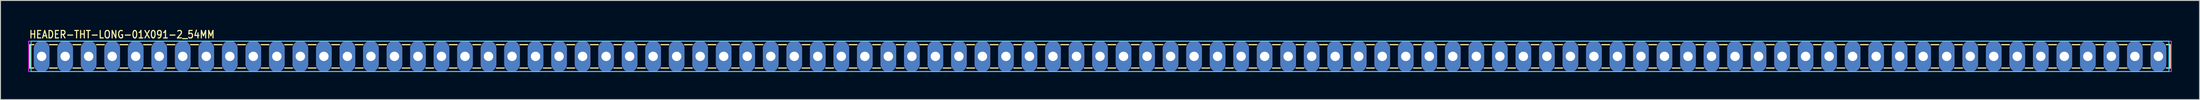
<source format=kicad_pcb>
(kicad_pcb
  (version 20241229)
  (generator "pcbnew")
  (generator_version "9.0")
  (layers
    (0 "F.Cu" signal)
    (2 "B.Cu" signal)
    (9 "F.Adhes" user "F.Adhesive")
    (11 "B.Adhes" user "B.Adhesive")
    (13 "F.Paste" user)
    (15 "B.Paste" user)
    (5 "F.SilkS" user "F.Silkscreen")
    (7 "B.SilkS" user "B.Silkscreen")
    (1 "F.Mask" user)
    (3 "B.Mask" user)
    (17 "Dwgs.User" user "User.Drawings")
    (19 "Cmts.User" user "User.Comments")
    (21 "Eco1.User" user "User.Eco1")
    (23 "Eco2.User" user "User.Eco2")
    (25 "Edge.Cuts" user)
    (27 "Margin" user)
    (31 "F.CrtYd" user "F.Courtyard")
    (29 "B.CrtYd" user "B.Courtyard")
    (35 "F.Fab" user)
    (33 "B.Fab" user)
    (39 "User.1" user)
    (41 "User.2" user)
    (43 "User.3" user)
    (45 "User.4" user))
  (footprint "HEADER-THT-LONG-01X091-2_54MM"
    (layer "F.Cu")
    (at 1.447 3.079)
    (property "Reference" "HEADER-THT-LONG-01X091-2_54MM" (at -1.4 -1.9 0) (unlocked yes) (layer "F.SilkS") (effects (font (size 0.813 0.695) (thickness 0.122)) (justify left bottom)))
    (fp_line (start -1.27 -1.27) (end -1.27 1.27) (stroke (width 0.127) (type solid)) (layer "F.SilkS"))
    (fp_line (start -1.27 1.27) (end -0.85 1.27) (stroke (width 0.127) (type solid)) (layer "F.SilkS"))
    (fp_line (start -0.85 -1.27) (end -1.27 -1.27) (stroke (width 0.127) (type solid)) (layer "F.SilkS"))
    (fp_line (start 0.85 -1.27) (end 1.69 -1.27) (stroke (width 0.127) (type solid)) (layer "F.SilkS"))
    (fp_line (start 0.85 1.27) (end 1.69 1.27) (stroke (width 0.127) (type solid)) (layer "F.SilkS"))
    (fp_line (start 3.39 -1.27) (end 4.23 -1.27) (stroke (width 0.127) (type solid)) (layer "F.SilkS"))
    (fp_line (start 3.39 1.27) (end 4.23 1.27) (stroke (width 0.127) (type solid)) (layer "F.SilkS"))
    (fp_line (start 5.93 -1.27) (end 6.77 -1.27) (stroke (width 0.127) (type solid)) (layer "F.SilkS"))
    (fp_line (start 5.93 1.27) (end 6.77 1.27) (stroke (width 0.127) (type solid)) (layer "F.SilkS"))
    (fp_line (start 8.47 -1.27) (end 9.31 -1.27) (stroke (width 0.127) (type solid)) (layer "F.SilkS"))
    (fp_line (start 8.47 1.27) (end 9.31 1.27) (stroke (width 0.127) (type solid)) (layer "F.SilkS"))
    (fp_line (start 11.01 -1.27) (end 11.85 -1.27) (stroke (width 0.127) (type solid)) (layer "F.SilkS"))
    (fp_line (start 11.01 1.27) (end 11.85 1.27) (stroke (width 0.127) (type solid)) (layer "F.SilkS"))
    (fp_line (start 13.55 -1.27) (end 14.39 -1.27) (stroke (width 0.127) (type solid)) (layer "F.SilkS"))
    (fp_line (start 13.55 1.27) (end 14.39 1.27) (stroke (width 0.127) (type solid)) (layer "F.SilkS"))
    (fp_line (start 16.09 -1.27) (end 16.93 -1.27) (stroke (width 0.127) (type solid)) (layer "F.SilkS"))
    (fp_line (start 16.09 1.27) (end 16.93 1.27) (stroke (width 0.127) (type solid)) (layer "F.SilkS"))
    (fp_line (start 18.63 -1.27) (end 19.47 -1.27) (stroke (width 0.127) (type solid)) (layer "F.SilkS"))
    (fp_line (start 18.63 1.27) (end 19.47 1.27) (stroke (width 0.127) (type solid)) (layer "F.SilkS"))
    (fp_line (start 21.17 -1.27) (end 22.01 -1.27) (stroke (width 0.127) (type solid)) (layer "F.SilkS"))
    (fp_line (start 21.17 1.27) (end 22.01 1.27) (stroke (width 0.127) (type solid)) (layer "F.SilkS"))
    (fp_line (start 23.71 -1.27) (end 24.55 -1.27) (stroke (width 0.127) (type solid)) (layer "F.SilkS"))
    (fp_line (start 23.71 1.27) (end 24.55 1.27) (stroke (width 0.127) (type solid)) (layer "F.SilkS"))
    (fp_line (start 26.25 -1.27) (end 27.09 -1.27) (stroke (width 0.127) (type solid)) (layer "F.SilkS"))
    (fp_line (start 26.25 1.27) (end 27.09 1.27) (stroke (width 0.127) (type solid)) (layer "F.SilkS"))
    (fp_line (start 28.79 -1.27) (end 29.63 -1.27) (stroke (width 0.127) (type solid)) (layer "F.SilkS"))
    (fp_line (start 28.79 1.27) (end 29.63 1.27) (stroke (width 0.127) (type solid)) (layer "F.SilkS"))
    (fp_line (start 31.33 -1.27) (end 32.17 -1.27) (stroke (width 0.127) (type solid)) (layer "F.SilkS"))
    (fp_line (start 31.33 1.27) (end 32.17 1.27) (stroke (width 0.127) (type solid)) (layer "F.SilkS"))
    (fp_line (start 33.87 -1.27) (end 34.71 -1.27) (stroke (width 0.127) (type solid)) (layer "F.SilkS"))
    (fp_line (start 33.87 1.27) (end 34.71 1.27) (stroke (width 0.127) (type solid)) (layer "F.SilkS"))
    (fp_line (start 36.41 -1.27) (end 37.25 -1.27) (stroke (width 0.127) (type solid)) (layer "F.SilkS"))
    (fp_line (start 36.41 1.27) (end 37.25 1.27) (stroke (width 0.127) (type solid)) (layer "F.SilkS"))
    (fp_line (start 38.95 -1.27) (end 39.79 -1.27) (stroke (width 0.127) (type solid)) (layer "F.SilkS"))
    (fp_line (start 38.95 1.27) (end 39.79 1.27) (stroke (width 0.127) (type solid)) (layer "F.SilkS"))
    (fp_line (start 41.49 -1.27) (end 42.33 -1.27) (stroke (width 0.127) (type solid)) (layer "F.SilkS"))
    (fp_line (start 41.49 1.27) (end 42.33 1.27) (stroke (width 0.127) (type solid)) (layer "F.SilkS"))
    (fp_line (start 44.03 -1.27) (end 44.87 -1.27) (stroke (width 0.127) (type solid)) (layer "F.SilkS"))
    (fp_line (start 44.03 1.27) (end 44.87 1.27) (stroke (width 0.127) (type solid)) (layer "F.SilkS"))
    (fp_line (start 46.57 -1.27) (end 47.41 -1.27) (stroke (width 0.127) (type solid)) (layer "F.SilkS"))
    (fp_line (start 46.57 1.27) (end 47.41 1.27) (stroke (width 0.127) (type solid)) (layer "F.SilkS"))
    (fp_line (start 49.11 -1.27) (end 49.95 -1.27) (stroke (width 0.127) (type solid)) (layer "F.SilkS"))
    (fp_line (start 49.11 1.27) (end 49.95 1.27) (stroke (width 0.127) (type solid)) (layer "F.SilkS"))
    (fp_line (start 51.65 -1.27) (end 52.49 -1.27) (stroke (width 0.127) (type solid)) (layer "F.SilkS"))
    (fp_line (start 51.65 1.27) (end 52.49 1.27) (stroke (width 0.127) (type solid)) (layer "F.SilkS"))
    (fp_line (start 54.19 -1.27) (end 55.03 -1.27) (stroke (width 0.127) (type solid)) (layer "F.SilkS"))
    (fp_line (start 54.19 1.27) (end 55.03 1.27) (stroke (width 0.127) (type solid)) (layer "F.SilkS"))
    (fp_line (start 56.73 -1.27) (end 57.57 -1.27) (stroke (width 0.127) (type solid)) (layer "F.SilkS"))
    (fp_line (start 56.73 1.27) (end 57.57 1.27) (stroke (width 0.127) (type solid)) (layer "F.SilkS"))
    (fp_line (start 59.27 -1.27) (end 60.11 -1.27) (stroke (width 0.127) (type solid)) (layer "F.SilkS"))
    (fp_line (start 59.27 1.27) (end 60.11 1.27) (stroke (width 0.127) (type solid)) (layer "F.SilkS"))
    (fp_line (start 61.81 -1.27) (end 62.65 -1.27) (stroke (width 0.127) (type solid)) (layer "F.SilkS"))
    (fp_line (start 61.81 1.27) (end 62.65 1.27) (stroke (width 0.127) (type solid)) (layer "F.SilkS"))
    (fp_line (start 64.35 -1.27) (end 65.19 -1.27) (stroke (width 0.127) (type solid)) (layer "F.SilkS"))
    (fp_line (start 64.35 1.27) (end 65.19 1.27) (stroke (width 0.127) (type solid)) (layer "F.SilkS"))
    (fp_line (start 66.89 -1.27) (end 67.73 -1.27) (stroke (width 0.127) (type solid)) (layer "F.SilkS"))
    (fp_line (start 66.89 1.27) (end 67.73 1.27) (stroke (width 0.127) (type solid)) (layer "F.SilkS"))
    (fp_line (start 69.43 -1.27) (end 70.27 -1.27) (stroke (width 0.127) (type solid)) (layer "F.SilkS"))
    (fp_line (start 69.43 1.27) (end 70.27 1.27) (stroke (width 0.127) (type solid)) (layer "F.SilkS"))
    (fp_line (start 71.97 -1.27) (end 72.81 -1.27) (stroke (width 0.127) (type solid)) (layer "F.SilkS"))
    (fp_line (start 71.97 1.27) (end 72.81 1.27) (stroke (width 0.127) (type solid)) (layer "F.SilkS"))
    (fp_line (start 74.51 -1.27) (end 75.35 -1.27) (stroke (width 0.127) (type solid)) (layer "F.SilkS"))
    (fp_line (start 74.51 1.27) (end 75.35 1.27) (stroke (width 0.127) (type solid)) (layer "F.SilkS"))
    (fp_line (start 77.05 -1.27) (end 77.89 -1.27) (stroke (width 0.127) (type solid)) (layer "F.SilkS"))
    (fp_line (start 77.05 1.27) (end 77.89 1.27) (stroke (width 0.127) (type solid)) (layer "F.SilkS"))
    (fp_line (start 79.59 -1.27) (end 80.43 -1.27) (stroke (width 0.127) (type solid)) (layer "F.SilkS"))
    (fp_line (start 79.59 1.27) (end 80.43 1.27) (stroke (width 0.127) (type solid)) (layer "F.SilkS"))
    (fp_line (start 82.13 -1.27) (end 82.97 -1.27) (stroke (width 0.127) (type solid)) (layer "F.SilkS"))
    (fp_line (start 82.13 1.27) (end 82.97 1.27) (stroke (width 0.127) (type solid)) (layer "F.SilkS"))
    (fp_line (start 84.67 -1.27) (end 85.51 -1.27) (stroke (width 0.127) (type solid)) (layer "F.SilkS"))
    (fp_line (start 84.67 1.27) (end 85.51 1.27) (stroke (width 0.127) (type solid)) (layer "F.SilkS"))
    (fp_line (start 87.21 -1.27) (end 88.05 -1.27) (stroke (width 0.127) (type solid)) (layer "F.SilkS"))
    (fp_line (start 87.21 1.27) (end 88.05 1.27) (stroke (width 0.127) (type solid)) (layer "F.SilkS"))
    (fp_line (start 89.75 -1.27) (end 90.59 -1.27) (stroke (width 0.127) (type solid)) (layer "F.SilkS"))
    (fp_line (start 89.75 1.27) (end 90.59 1.27) (stroke (width 0.127) (type solid)) (layer "F.SilkS"))
    (fp_line (start 92.29 -1.27) (end 93.13 -1.27) (stroke (width 0.127) (type solid)) (layer "F.SilkS"))
    (fp_line (start 92.29 1.27) (end 93.13 1.27) (stroke (width 0.127) (type solid)) (layer "F.SilkS"))
    (fp_line (start 94.83 -1.27) (end 95.67 -1.27) (stroke (width 0.127) (type solid)) (layer "F.SilkS"))
    (fp_line (start 94.83 1.27) (end 95.67 1.27) (stroke (width 0.127) (type solid)) (layer "F.SilkS"))
    (fp_line (start 97.37 -1.27) (end 98.21 -1.27) (stroke (width 0.127) (type solid)) (layer "F.SilkS"))
    (fp_line (start 97.37 1.27) (end 98.21 1.27) (stroke (width 0.127) (type solid)) (layer "F.SilkS"))
    (fp_line (start 99.91 -1.27) (end 100.75 -1.27) (stroke (width 0.127) (type solid)) (layer "F.SilkS"))
    (fp_line (start 99.91 1.27) (end 100.75 1.27) (stroke (width 0.127) (type solid)) (layer "F.SilkS"))
    (fp_line (start 102.45 -1.27) (end 103.29 -1.27) (stroke (width 0.127) (type solid)) (layer "F.SilkS"))
    (fp_line (start 102.45 1.27) (end 103.29 1.27) (stroke (width 0.127) (type solid)) (layer "F.SilkS"))
    (fp_line (start 104.99 -1.27) (end 105.83 -1.27) (stroke (width 0.127) (type solid)) (layer "F.SilkS"))
    (fp_line (start 104.99 1.27) (end 105.83 1.27) (stroke (width 0.127) (type solid)) (layer "F.SilkS"))
    (fp_line (start 107.53 -1.27) (end 108.37 -1.27) (stroke (width 0.127) (type solid)) (layer "F.SilkS"))
    (fp_line (start 107.53 1.27) (end 108.37 1.27) (stroke (width 0.127) (type solid)) (layer "F.SilkS"))
    (fp_line (start 110.07 -1.27) (end 110.91 -1.27) (stroke (width 0.127) (type solid)) (layer "F.SilkS"))
    (fp_line (start 110.07 1.27) (end 110.91 1.27) (stroke (width 0.127) (type solid)) (layer "F.SilkS"))
    (fp_line (start 112.61 -1.27) (end 113.45 -1.27) (stroke (width 0.127) (type solid)) (layer "F.SilkS"))
    (fp_line (start 112.61 1.27) (end 113.45 1.27) (stroke (width 0.127) (type solid)) (layer "F.SilkS"))
    (fp_line (start 115.15 -1.27) (end 115.99 -1.27) (stroke (width 0.127) (type solid)) (layer "F.SilkS"))
    (fp_line (start 115.15 1.27) (end 115.99 1.27) (stroke (width 0.127) (type solid)) (layer "F.SilkS"))
    (fp_line (start 117.69 -1.27) (end 118.53 -1.27) (stroke (width 0.127) (type solid)) (layer "F.SilkS"))
    (fp_line (start 117.69 1.27) (end 118.53 1.27) (stroke (width 0.127) (type solid)) (layer "F.SilkS"))
    (fp_line (start 120.23 -1.27) (end 121.07 -1.27) (stroke (width 0.127) (type solid)) (layer "F.SilkS"))
    (fp_line (start 120.23 1.27) (end 121.07 1.27) (stroke (width 0.127) (type solid)) (layer "F.SilkS"))
    (fp_line (start 122.77 -1.27) (end 123.61 -1.27) (stroke (width 0.127) (type solid)) (layer "F.SilkS"))
    (fp_line (start 122.77 1.27) (end 123.61 1.27) (stroke (width 0.127) (type solid)) (layer "F.SilkS"))
    (fp_line (start 125.31 -1.27) (end 126.15 -1.27) (stroke (width 0.127) (type solid)) (layer "F.SilkS"))
    (fp_line (start 125.31 1.27) (end 126.15 1.27) (stroke (width 0.127) (type solid)) (layer "F.SilkS"))
    (fp_line (start 127.85 -1.27) (end 128.69 -1.27) (stroke (width 0.127) (type solid)) (layer "F.SilkS"))
    (fp_line (start 127.85 1.27) (end 128.69 1.27) (stroke (width 0.127) (type solid)) (layer "F.SilkS"))
    (fp_line (start 130.39 -1.27) (end 131.23 -1.27) (stroke (width 0.127) (type solid)) (layer "F.SilkS"))
    (fp_line (start 130.39 1.27) (end 131.23 1.27) (stroke (width 0.127) (type solid)) (layer "F.SilkS"))
    (fp_line (start 132.93 -1.27) (end 133.77 -1.27) (stroke (width 0.127) (type solid)) (layer "F.SilkS"))
    (fp_line (start 132.93 1.27) (end 133.77 1.27) (stroke (width 0.127) (type solid)) (layer "F.SilkS"))
    (fp_line (start 135.47 -1.27) (end 136.31 -1.27) (stroke (width 0.127) (type solid)) (layer "F.SilkS"))
    (fp_line (start 135.47 1.27) (end 136.31 1.27) (stroke (width 0.127) (type solid)) (layer "F.SilkS"))
    (fp_line (start 138.01 -1.27) (end 138.85 -1.27) (stroke (width 0.127) (type solid)) (layer "F.SilkS"))
    (fp_line (start 138.01 1.27) (end 138.85 1.27) (stroke (width 0.127) (type solid)) (layer "F.SilkS"))
    (fp_line (start 140.55 -1.27) (end 141.39 -1.27) (stroke (width 0.127) (type solid)) (layer "F.SilkS"))
    (fp_line (start 140.55 1.27) (end 141.39 1.27) (stroke (width 0.127) (type solid)) (layer "F.SilkS"))
    (fp_line (start 143.09 -1.27) (end 143.93 -1.27) (stroke (width 0.127) (type solid)) (layer "F.SilkS"))
    (fp_line (start 143.09 1.27) (end 143.93 1.27) (stroke (width 0.127) (type solid)) (layer "F.SilkS"))
    (fp_line (start 145.63 -1.27) (end 146.47 -1.27) (stroke (width 0.127) (type solid)) (layer "F.SilkS"))
    (fp_line (start 145.63 1.27) (end 146.47 1.27) (stroke (width 0.127) (type solid)) (layer "F.SilkS"))
    (fp_line (start 148.17 -1.27) (end 149.01 -1.27) (stroke (width 0.127) (type solid)) (layer "F.SilkS"))
    (fp_line (start 148.17 1.27) (end 149.01 1.27) (stroke (width 0.127) (type solid)) (layer "F.SilkS"))
    (fp_line (start 150.71 -1.27) (end 151.55 -1.27) (stroke (width 0.127) (type solid)) (layer "F.SilkS"))
    (fp_line (start 150.71 1.27) (end 151.55 1.27) (stroke (width 0.127) (type solid)) (layer "F.SilkS"))
    (fp_line (start 153.25 -1.27) (end 154.09 -1.27) (stroke (width 0.127) (type solid)) (layer "F.SilkS"))
    (fp_line (start 153.25 1.27) (end 154.09 1.27) (stroke (width 0.127) (type solid)) (layer "F.SilkS"))
    (fp_line (start 155.79 -1.27) (end 156.63 -1.27) (stroke (width 0.127) (type solid)) (layer "F.SilkS"))
    (fp_line (start 155.79 1.27) (end 156.63 1.27) (stroke (width 0.127) (type solid)) (layer "F.SilkS"))
    (fp_line (start 158.33 -1.27) (end 159.17 -1.27) (stroke (width 0.127) (type solid)) (layer "F.SilkS"))
    (fp_line (start 158.33 1.27) (end 159.17 1.27) (stroke (width 0.127) (type solid)) (layer "F.SilkS"))
    (fp_line (start 160.87 -1.27) (end 161.71 -1.27) (stroke (width 0.127) (type solid)) (layer "F.SilkS"))
    (fp_line (start 160.87 1.27) (end 161.71 1.27) (stroke (width 0.127) (type solid)) (layer "F.SilkS"))
    (fp_line (start 163.41 -1.27) (end 164.25 -1.27) (stroke (width 0.127) (type solid)) (layer "F.SilkS"))
    (fp_line (start 163.41 1.27) (end 164.25 1.27) (stroke (width 0.127) (type solid)) (layer "F.SilkS"))
    (fp_line (start 165.95 -1.27) (end 166.79 -1.27) (stroke (width 0.127) (type solid)) (layer "F.SilkS"))
    (fp_line (start 165.95 1.27) (end 166.79 1.27) (stroke (width 0.127) (type solid)) (layer "F.SilkS"))
    (fp_line (start 168.49 -1.27) (end 169.33 -1.27) (stroke (width 0.127) (type solid)) (layer "F.SilkS"))
    (fp_line (start 168.49 1.27) (end 169.33 1.27) (stroke (width 0.127) (type solid)) (layer "F.SilkS"))
    (fp_line (start 171.03 -1.27) (end 171.87 -1.27) (stroke (width 0.127) (type solid)) (layer "F.SilkS"))
    (fp_line (start 171.03 1.27) (end 171.87 1.27) (stroke (width 0.127) (type solid)) (layer "F.SilkS"))
    (fp_line (start 173.57 -1.27) (end 174.41 -1.27) (stroke (width 0.127) (type solid)) (layer "F.SilkS"))
    (fp_line (start 173.57 1.27) (end 174.41 1.27) (stroke (width 0.127) (type solid)) (layer "F.SilkS"))
    (fp_line (start 176.11 -1.27) (end 176.95 -1.27) (stroke (width 0.127) (type solid)) (layer "F.SilkS"))
    (fp_line (start 176.11 1.27) (end 176.95 1.27) (stroke (width 0.127) (type solid)) (layer "F.SilkS"))
    (fp_line (start 178.65 -1.27) (end 179.49 -1.27) (stroke (width 0.127) (type solid)) (layer "F.SilkS"))
    (fp_line (start 178.65 1.27) (end 179.49 1.27) (stroke (width 0.127) (type solid)) (layer "F.SilkS"))
    (fp_line (start 181.19 -1.27) (end 182.03 -1.27) (stroke (width 0.127) (type solid)) (layer "F.SilkS"))
    (fp_line (start 181.19 1.27) (end 182.03 1.27) (stroke (width 0.127) (type solid)) (layer "F.SilkS"))
    (fp_line (start 183.73 -1.27) (end 184.57 -1.27) (stroke (width 0.127) (type solid)) (layer "F.SilkS"))
    (fp_line (start 183.73 1.27) (end 184.57 1.27) (stroke (width 0.127) (type solid)) (layer "F.SilkS"))
    (fp_line (start 186.27 -1.27) (end 187.11 -1.27) (stroke (width 0.127) (type solid)) (layer "F.SilkS"))
    (fp_line (start 186.27 1.27) (end 187.11 1.27) (stroke (width 0.127) (type solid)) (layer "F.SilkS"))
    (fp_line (start 188.81 -1.27) (end 189.65 -1.27) (stroke (width 0.127) (type solid)) (layer "F.SilkS"))
    (fp_line (start 188.81 1.27) (end 189.65 1.27) (stroke (width 0.127) (type solid)) (layer "F.SilkS"))
    (fp_line (start 191.35 -1.27) (end 192.19 -1.27) (stroke (width 0.127) (type solid)) (layer "F.SilkS"))
    (fp_line (start 191.35 1.27) (end 192.19 1.27) (stroke (width 0.127) (type solid)) (layer "F.SilkS"))
    (fp_line (start 193.89 -1.27) (end 194.73 -1.27) (stroke (width 0.127) (type solid)) (layer "F.SilkS"))
    (fp_line (start 193.89 1.27) (end 194.73 1.27) (stroke (width 0.127) (type solid)) (layer "F.SilkS"))
    (fp_line (start 196.43 -1.27) (end 197.27 -1.27) (stroke (width 0.127) (type solid)) (layer "F.SilkS"))
    (fp_line (start 196.43 1.27) (end 197.27 1.27) (stroke (width 0.127) (type solid)) (layer "F.SilkS"))
    (fp_line (start 198.97 -1.27) (end 199.81 -1.27) (stroke (width 0.127) (type solid)) (layer "F.SilkS"))
    (fp_line (start 198.97 1.27) (end 199.81 1.27) (stroke (width 0.127) (type solid)) (layer "F.SilkS"))
    (fp_line (start 201.51 -1.27) (end 202.35 -1.27) (stroke (width 0.127) (type solid)) (layer "F.SilkS"))
    (fp_line (start 201.51 1.27) (end 202.35 1.27) (stroke (width 0.127) (type solid)) (layer "F.SilkS"))
    (fp_line (start 204.05 -1.27) (end 204.89 -1.27) (stroke (width 0.127) (type solid)) (layer "F.SilkS"))
    (fp_line (start 204.05 1.27) (end 204.89 1.27) (stroke (width 0.127) (type solid)) (layer "F.SilkS"))
    (fp_line (start 206.59 -1.27) (end 207.43 -1.27) (stroke (width 0.127) (type solid)) (layer "F.SilkS"))
    (fp_line (start 206.59 1.27) (end 207.43 1.27) (stroke (width 0.127) (type solid)) (layer "F.SilkS"))
    (fp_line (start 209.13 -1.27) (end 209.97 -1.27) (stroke (width 0.127) (type solid)) (layer "F.SilkS"))
    (fp_line (start 209.13 1.27) (end 209.97 1.27) (stroke (width 0.127) (type solid)) (layer "F.SilkS"))
    (fp_line (start 211.67 -1.27) (end 212.51 -1.27) (stroke (width 0.127) (type solid)) (layer "F.SilkS"))
    (fp_line (start 211.67 1.27) (end 212.51 1.27) (stroke (width 0.127) (type solid)) (layer "F.SilkS"))
    (fp_line (start 214.21 -1.27) (end 215.05 -1.27) (stroke (width 0.127) (type solid)) (layer "F.SilkS"))
    (fp_line (start 214.21 1.27) (end 215.05 1.27) (stroke (width 0.127) (type solid)) (layer "F.SilkS"))
    (fp_line (start 216.75 -1.27) (end 217.59 -1.27) (stroke (width 0.127) (type solid)) (layer "F.SilkS"))
    (fp_line (start 216.75 1.27) (end 217.59 1.27) (stroke (width 0.127) (type solid)) (layer "F.SilkS"))
    (fp_line (start 219.29 -1.27) (end 220.13 -1.27) (stroke (width 0.127) (type solid)) (layer "F.SilkS"))
    (fp_line (start 219.29 1.27) (end 220.13 1.27) (stroke (width 0.127) (type solid)) (layer "F.SilkS"))
    (fp_line (start 221.83 -1.27) (end 222.67 -1.27) (stroke (width 0.127) (type solid)) (layer "F.SilkS"))
    (fp_line (start 221.83 1.27) (end 222.67 1.27) (stroke (width 0.127) (type solid)) (layer "F.SilkS"))
    (fp_line (start 224.37 -1.27) (end 225.21 -1.27) (stroke (width 0.127) (type solid)) (layer "F.SilkS"))
    (fp_line (start 224.37 1.27) (end 225.21 1.27) (stroke (width 0.127) (type solid)) (layer "F.SilkS"))
    (fp_line (start 226.91 -1.27) (end 227.75 -1.27) (stroke (width 0.127) (type solid)) (layer "F.SilkS"))
    (fp_line (start 226.91 1.27) (end 227.75 1.27) (stroke (width 0.127) (type solid)) (layer "F.SilkS"))
    (fp_line (start 229.45 -1.27) (end 229.87 -1.27) (stroke (width 0.127) (type solid)) (layer "F.SilkS"))
    (fp_line (start 229.87 -1.27) (end 229.87 1.27) (stroke (width 0.127) (type solid)) (layer "F.SilkS"))
    (fp_line (start 229.87 1.27) (end 229.45 1.27) (stroke (width 0.127) (type solid)) (layer "F.SilkS"))
    (fp_poly (pts (xy -1.143 -1.651) (xy 229.743 -1.651) (xy 229.743 1.651) (xy -1.143 1.651)) (stroke (width 0.1) (type solid)) (fill no) (layer "B.CrtYd"))
    (fp_poly (pts (xy -1.397 -1.651) (xy 229.997 -1.651) (xy 229.997 1.651) (xy -1.397 1.651)) (stroke (width 0.1) (type solid)) (fill no) (layer "F.CrtYd"))
    (pad "1" thru_hole oval (at 0 0 90) (size 3.387 1.693) (drill 1.016) (layers "*.Cu" "*.Mask"))
    (pad "2" thru_hole oval (at 2.54 0 90) (size 3.387 1.693) (drill 1.016) (layers "*.Cu" "*.Mask"))
    (pad "3" thru_hole oval (at 5.08 0 90) (size 3.387 1.693) (drill 1.016) (layers "*.Cu" "*.Mask"))
    (pad "4" thru_hole oval (at 7.62 0 90) (size 3.387 1.693) (drill 1.016) (layers "*.Cu" "*.Mask"))
    (pad "5" thru_hole oval (at 10.16 0 90) (size 3.387 1.693) (drill 1.016) (layers "*.Cu" "*.Mask"))
    (pad "6" thru_hole oval (at 12.7 0 90) (size 3.387 1.693) (drill 1.016) (layers "*.Cu" "*.Mask"))
    (pad "7" thru_hole oval (at 15.24 0 90) (size 3.387 1.693) (drill 1.016) (layers "*.Cu" "*.Mask"))
    (pad "8" thru_hole oval (at 17.78 0 90) (size 3.387 1.693) (drill 1.016) (layers "*.Cu" "*.Mask"))
    (pad "9" thru_hole oval (at 20.32 0 90) (size 3.387 1.693) (drill 1.016) (layers "*.Cu" "*.Mask"))
    (pad "10" thru_hole oval (at 22.86 0 90) (size 3.387 1.693) (drill 1.016) (layers "*.Cu" "*.Mask"))
    (pad "11" thru_hole oval (at 25.4 0 90) (size 3.387 1.693) (drill 1.016) (layers "*.Cu" "*.Mask"))
    (pad "12" thru_hole oval (at 27.94 0 90) (size 3.387 1.693) (drill 1.016) (layers "*.Cu" "*.Mask"))
    (pad "13" thru_hole oval (at 30.48 0 90) (size 3.387 1.693) (drill 1.016) (layers "*.Cu" "*.Mask"))
    (pad "14" thru_hole oval (at 33.02 0 90) (size 3.387 1.693) (drill 1.016) (layers "*.Cu" "*.Mask"))
    (pad "15" thru_hole oval (at 35.56 0 90) (size 3.387 1.693) (drill 1.016) (layers "*.Cu" "*.Mask"))
    (pad "16" thru_hole oval (at 38.1 0 90) (size 3.387 1.693) (drill 1.016) (layers "*.Cu" "*.Mask"))
    (pad "17" thru_hole oval (at 40.64 0 90) (size 3.387 1.693) (drill 1.016) (layers "*.Cu" "*.Mask"))
    (pad "18" thru_hole oval (at 43.18 0 90) (size 3.387 1.693) (drill 1.016) (layers "*.Cu" "*.Mask"))
    (pad "19" thru_hole oval (at 45.72 0 90) (size 3.387 1.693) (drill 1.016) (layers "*.Cu" "*.Mask"))
    (pad "20" thru_hole oval (at 48.26 0 90) (size 3.387 1.693) (drill 1.016) (layers "*.Cu" "*.Mask"))
    (pad "21" thru_hole oval (at 50.8 0 90) (size 3.387 1.693) (drill 1.016) (layers "*.Cu" "*.Mask"))
    (pad "22" thru_hole oval (at 53.34 0 90) (size 3.387 1.693) (drill 1.016) (layers "*.Cu" "*.Mask"))
    (pad "23" thru_hole oval (at 55.88 0 90) (size 3.387 1.693) (drill 1.016) (layers "*.Cu" "*.Mask"))
    (pad "24" thru_hole oval (at 58.42 0 90) (size 3.387 1.693) (drill 1.016) (layers "*.Cu" "*.Mask"))
    (pad "25" thru_hole oval (at 60.96 0 90) (size 3.387 1.693) (drill 1.016) (layers "*.Cu" "*.Mask"))
    (pad "26" thru_hole oval (at 63.5 0 90) (size 3.387 1.693) (drill 1.016) (layers "*.Cu" "*.Mask"))
    (pad "27" thru_hole oval (at 66.04 0 90) (size 3.387 1.693) (drill 1.016) (layers "*.Cu" "*.Mask"))
    (pad "28" thru_hole oval (at 68.58 0 90) (size 3.387 1.693) (drill 1.016) (layers "*.Cu" "*.Mask"))
    (pad "29" thru_hole oval (at 71.12 0 90) (size 3.387 1.693) (drill 1.016) (layers "*.Cu" "*.Mask"))
    (pad "30" thru_hole oval (at 73.66 0 90) (size 3.387 1.693) (drill 1.016) (layers "*.Cu" "*.Mask"))
    (pad "31" thru_hole oval (at 76.2 0 90) (size 3.387 1.693) (drill 1.016) (layers "*.Cu" "*.Mask"))
    (pad "32" thru_hole oval (at 78.74 0 90) (size 3.387 1.693) (drill 1.016) (layers "*.Cu" "*.Mask"))
    (pad "33" thru_hole oval (at 81.28 0 90) (size 3.387 1.693) (drill 1.016) (layers "*.Cu" "*.Mask"))
    (pad "34" thru_hole oval (at 83.82 0 90) (size 3.387 1.693) (drill 1.016) (layers "*.Cu" "*.Mask"))
    (pad "35" thru_hole oval (at 86.36 0 90) (size 3.387 1.693) (drill 1.016) (layers "*.Cu" "*.Mask"))
    (pad "36" thru_hole oval (at 88.9 0 90) (size 3.387 1.693) (drill 1.016) (layers "*.Cu" "*.Mask"))
    (pad "37" thru_hole oval (at 91.44 0 90) (size 3.387 1.693) (drill 1.016) (layers "*.Cu" "*.Mask"))
    (pad "38" thru_hole oval (at 93.98 0 90) (size 3.387 1.693) (drill 1.016) (layers "*.Cu" "*.Mask"))
    (pad "39" thru_hole oval (at 96.52 0 90) (size 3.387 1.693) (drill 1.016) (layers "*.Cu" "*.Mask"))
    (pad "40" thru_hole oval (at 99.06 0 90) (size 3.387 1.693) (drill 1.016) (layers "*.Cu" "*.Mask"))
    (pad "41" thru_hole oval (at 101.6 0 90) (size 3.387 1.693) (drill 1.016) (layers "*.Cu" "*.Mask"))
    (pad "42" thru_hole oval (at 104.14 0 90) (size 3.387 1.693) (drill 1.016) (layers "*.Cu" "*.Mask"))
    (pad "43" thru_hole oval (at 106.68 0 90) (size 3.387 1.693) (drill 1.016) (layers "*.Cu" "*.Mask"))
    (pad "44" thru_hole oval (at 109.22 0 90) (size 3.387 1.693) (drill 1.016) (layers "*.Cu" "*.Mask"))
    (pad "45" thru_hole oval (at 111.76 0 90) (size 3.387 1.693) (drill 1.016) (layers "*.Cu" "*.Mask"))
    (pad "46" thru_hole oval (at 114.3 0 90) (size 3.387 1.693) (drill 1.016) (layers "*.Cu" "*.Mask"))
    (pad "47" thru_hole oval (at 116.84 0 90) (size 3.387 1.693) (drill 1.016) (layers "*.Cu" "*.Mask"))
    (pad "48" thru_hole oval (at 119.38 0 90) (size 3.387 1.693) (drill 1.016) (layers "*.Cu" "*.Mask"))
    (pad "49" thru_hole oval (at 121.92 0 90) (size 3.387 1.693) (drill 1.016) (layers "*.Cu" "*.Mask"))
    (pad "50" thru_hole oval (at 124.46 0 90) (size 3.387 1.693) (drill 1.016) (layers "*.Cu" "*.Mask"))
    (pad "51" thru_hole oval (at 127 0 90) (size 3.387 1.693) (drill 1.016) (layers "*.Cu" "*.Mask"))
    (pad "52" thru_hole oval (at 129.54 0 90) (size 3.387 1.693) (drill 1.016) (layers "*.Cu" "*.Mask"))
    (pad "53" thru_hole oval (at 132.08 0 90) (size 3.387 1.693) (drill 1.016) (layers "*.Cu" "*.Mask"))
    (pad "54" thru_hole oval (at 134.62 0 90) (size 3.387 1.693) (drill 1.016) (layers "*.Cu" "*.Mask"))
    (pad "55" thru_hole oval (at 137.16 0 90) (size 3.387 1.693) (drill 1.016) (layers "*.Cu" "*.Mask"))
    (pad "56" thru_hole oval (at 139.7 0 90) (size 3.387 1.693) (drill 1.016) (layers "*.Cu" "*.Mask"))
    (pad "57" thru_hole oval (at 142.24 0 90) (size 3.387 1.693) (drill 1.016) (layers "*.Cu" "*.Mask"))
    (pad "58" thru_hole oval (at 144.78 0 90) (size 3.387 1.693) (drill 1.016) (layers "*.Cu" "*.Mask"))
    (pad "59" thru_hole oval (at 147.32 0 90) (size 3.387 1.693) (drill 1.016) (layers "*.Cu" "*.Mask"))
    (pad "60" thru_hole oval (at 149.86 0 90) (size 3.387 1.693) (drill 1.016) (layers "*.Cu" "*.Mask"))
    (pad "61" thru_hole oval (at 152.4 0 90) (size 3.387 1.693) (drill 1.016) (layers "*.Cu" "*.Mask"))
    (pad "62" thru_hole oval (at 154.94 0 90) (size 3.387 1.693) (drill 1.016) (layers "*.Cu" "*.Mask"))
    (pad "63" thru_hole oval (at 157.48 0 90) (size 3.387 1.693) (drill 1.016) (layers "*.Cu" "*.Mask"))
    (pad "64" thru_hole oval (at 160.02 0 90) (size 3.387 1.693) (drill 1.016) (layers "*.Cu" "*.Mask"))
    (pad "65" thru_hole oval (at 162.56 0 90) (size 3.387 1.693) (drill 1.016) (layers "*.Cu" "*.Mask"))
    (pad "66" thru_hole oval (at 165.1 0 90) (size 3.387 1.693) (drill 1.016) (layers "*.Cu" "*.Mask"))
    (pad "67" thru_hole oval (at 167.64 0 90) (size 3.387 1.693) (drill 1.016) (layers "*.Cu" "*.Mask"))
    (pad "68" thru_hole oval (at 170.18 0 90) (size 3.387 1.693) (drill 1.016) (layers "*.Cu" "*.Mask"))
    (pad "69" thru_hole oval (at 172.72 0 90) (size 3.387 1.693) (drill 1.016) (layers "*.Cu" "*.Mask"))
    (pad "70" thru_hole oval (at 175.26 0 90) (size 3.387 1.693) (drill 1.016) (layers "*.Cu" "*.Mask"))
    (pad "71" thru_hole oval (at 177.8 0 90) (size 3.387 1.693) (drill 1.016) (layers "*.Cu" "*.Mask"))
    (pad "72" thru_hole oval (at 180.34 0 90) (size 3.387 1.693) (drill 1.016) (layers "*.Cu" "*.Mask"))
    (pad "73" thru_hole oval (at 182.88 0 90) (size 3.387 1.693) (drill 1.016) (layers "*.Cu" "*.Mask"))
    (pad "74" thru_hole oval (at 185.42 0 90) (size 3.387 1.693) (drill 1.016) (layers "*.Cu" "*.Mask"))
    (pad "75" thru_hole oval (at 187.96 0 90) (size 3.387 1.693) (drill 1.016) (layers "*.Cu" "*.Mask"))
    (pad "76" thru_hole oval (at 190.5 0 90) (size 3.387 1.693) (drill 1.016) (layers "*.Cu" "*.Mask"))
    (pad "77" thru_hole oval (at 193.04 0 90) (size 3.387 1.693) (drill 1.016) (layers "*.Cu" "*.Mask"))
    (pad "78" thru_hole oval (at 195.58 0 90) (size 3.387 1.693) (drill 1.016) (layers "*.Cu" "*.Mask"))
    (pad "79" thru_hole oval (at 198.12 0 90) (size 3.387 1.693) (drill 1.016) (layers "*.Cu" "*.Mask"))
    (pad "80" thru_hole oval (at 200.66 0 90) (size 3.387 1.693) (drill 1.016) (layers "*.Cu" "*.Mask"))
    (pad "81" thru_hole oval (at 203.2 0 90) (size 3.387 1.693) (drill 1.016) (layers "*.Cu" "*.Mask"))
    (pad "82" thru_hole oval (at 205.74 0 90) (size 3.387 1.693) (drill 1.016) (layers "*.Cu" "*.Mask"))
    (pad "83" thru_hole oval (at 208.28 0 90) (size 3.387 1.693) (drill 1.016) (layers "*.Cu" "*.Mask"))
    (pad "84" thru_hole oval (at 210.82 0 90) (size 3.387 1.693) (drill 1.016) (layers "*.Cu" "*.Mask"))
    (pad "85" thru_hole oval (at 213.36 0 90) (size 3.387 1.693) (drill 1.016) (layers "*.Cu" "*.Mask"))
    (pad "86" thru_hole oval (at 215.9 0 90) (size 3.387 1.693) (drill 1.016) (layers "*.Cu" "*.Mask"))
    (pad "87" thru_hole oval (at 218.44 0 90) (size 3.387 1.693) (drill 1.016) (layers "*.Cu" "*.Mask"))
    (pad "88" thru_hole oval (at 220.98 0 90) (size 3.387 1.693) (drill 1.016) (layers "*.Cu" "*.Mask"))
    (pad "89" thru_hole oval (at 223.52 0 90) (size 3.387 1.693) (drill 1.016) (layers "*.Cu" "*.Mask"))
    (pad "90" thru_hole oval (at 226.06 0 90) (size 3.387 1.693) (drill 1.016) (layers "*.Cu" "*.Mask"))
    (pad "91" thru_hole oval (at 228.6 0 90) (size 3.387 1.693) (drill 1.016) (layers "*.Cu" "*.Mask")))
  (gr_rect
    (start -3 -3)
    (end 234.494 7.78)
    (stroke (width 0.1) (type default))
    (fill no)
    (layer "Edge.Cuts")))
</source>
